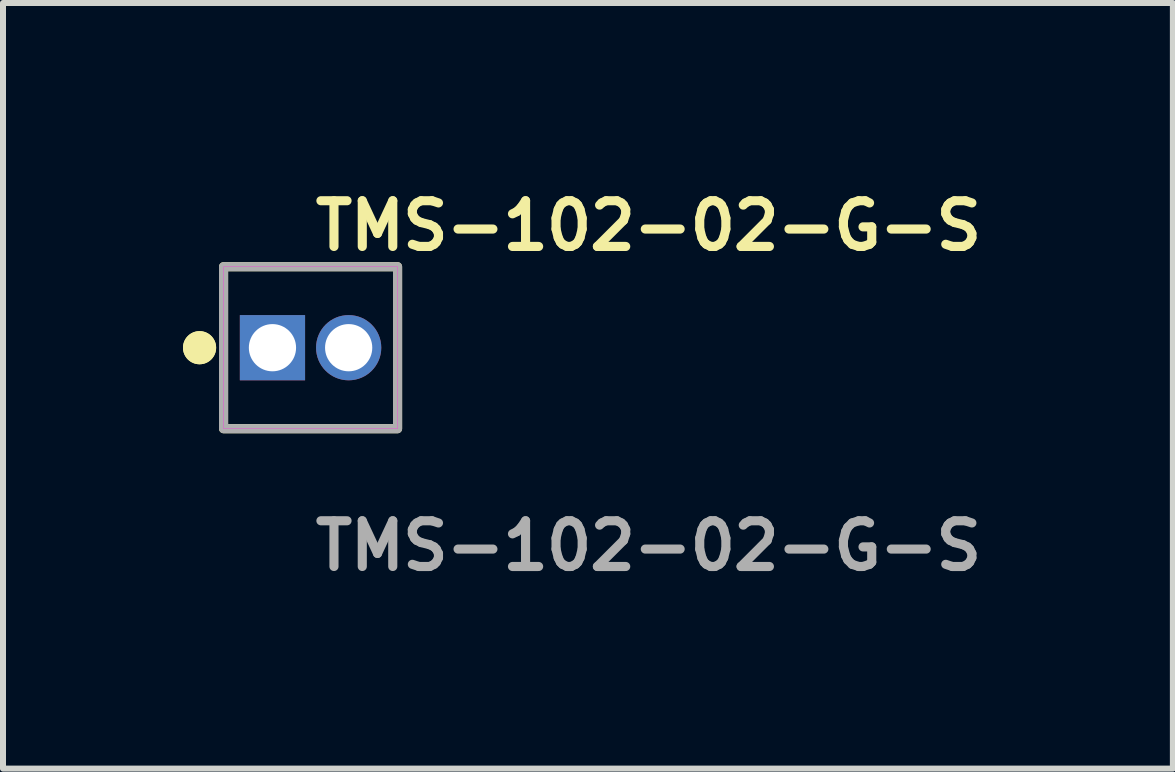
<source format=kicad_pcb>
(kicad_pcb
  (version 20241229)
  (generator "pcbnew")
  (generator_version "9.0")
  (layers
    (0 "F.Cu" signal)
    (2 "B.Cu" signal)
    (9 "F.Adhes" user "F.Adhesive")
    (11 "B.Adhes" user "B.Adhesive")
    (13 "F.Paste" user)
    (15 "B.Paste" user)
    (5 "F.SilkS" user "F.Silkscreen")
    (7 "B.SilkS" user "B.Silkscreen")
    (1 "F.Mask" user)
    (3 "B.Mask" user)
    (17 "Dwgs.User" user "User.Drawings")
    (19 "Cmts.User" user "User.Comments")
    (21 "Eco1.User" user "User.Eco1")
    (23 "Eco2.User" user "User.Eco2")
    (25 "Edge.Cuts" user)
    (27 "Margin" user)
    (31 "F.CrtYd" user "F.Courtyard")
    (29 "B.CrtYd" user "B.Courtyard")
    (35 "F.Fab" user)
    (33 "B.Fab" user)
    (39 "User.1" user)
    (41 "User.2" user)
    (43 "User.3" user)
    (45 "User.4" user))
  (footprint "TMS-102-02-G-S"
    (layer "F.Cu")
    (at 2.126 2.745)
    (property "Reference" "TMS-102-02-G-S" (at 0 -2.032 0) (unlocked yes) (layer "F.SilkS") (effects (font (size 0.762 0.762) (thickness 0.152)) (justify left)))
    (fp_rect (start -1.45 1.35) (end 1.45 -1.35) (stroke (width 0.152) (type solid)) (fill no) (layer "F.SilkS"))
    (fp_circle (center -1.85 0) (end -2.05 0) (stroke (width 0.152) (type solid)) (fill yes) (layer "F.SilkS"))
    (fp_circle (center -1.85 0) (end -2.05 0) (stroke (width 0.152) (type solid)) (fill yes) (layer "F.SilkS"))
    (fp_rect (start -1.45 1.35) (end 1.45 -1.35) (stroke (width 0.006) (type solid)) (fill no) (layer "F.CrtYd"))
    (fp_rect (start -1.45 1.35) (end 1.45 -1.35) (stroke (width 0.152) (type solid)) (fill no) (layer "F.Fab"))
    (fp_text user "${REFERENCE}" (at 0 3.302 0) (unlocked yes) (layer "F.Fab") (effects (font (size 0.762 0.762) (thickness 0.152)) (justify left)))
    (pad "1" thru_hole rect (at -0.635 0) (size 1.087 1.087) (drill 0.787) (layers "*.Cu" "*.Mask"))
    (pad "2" thru_hole circle (at 0.635 0) (size 1.087 1.087) (drill 0.787) (layers "*.Cu" "*.Mask")))
  (gr_rect
    (start -3 -3)
    (end 16.498 9.76)
    (stroke (width 0.1) (type default))
    (fill no)
    (layer "Edge.Cuts")))
</source>
